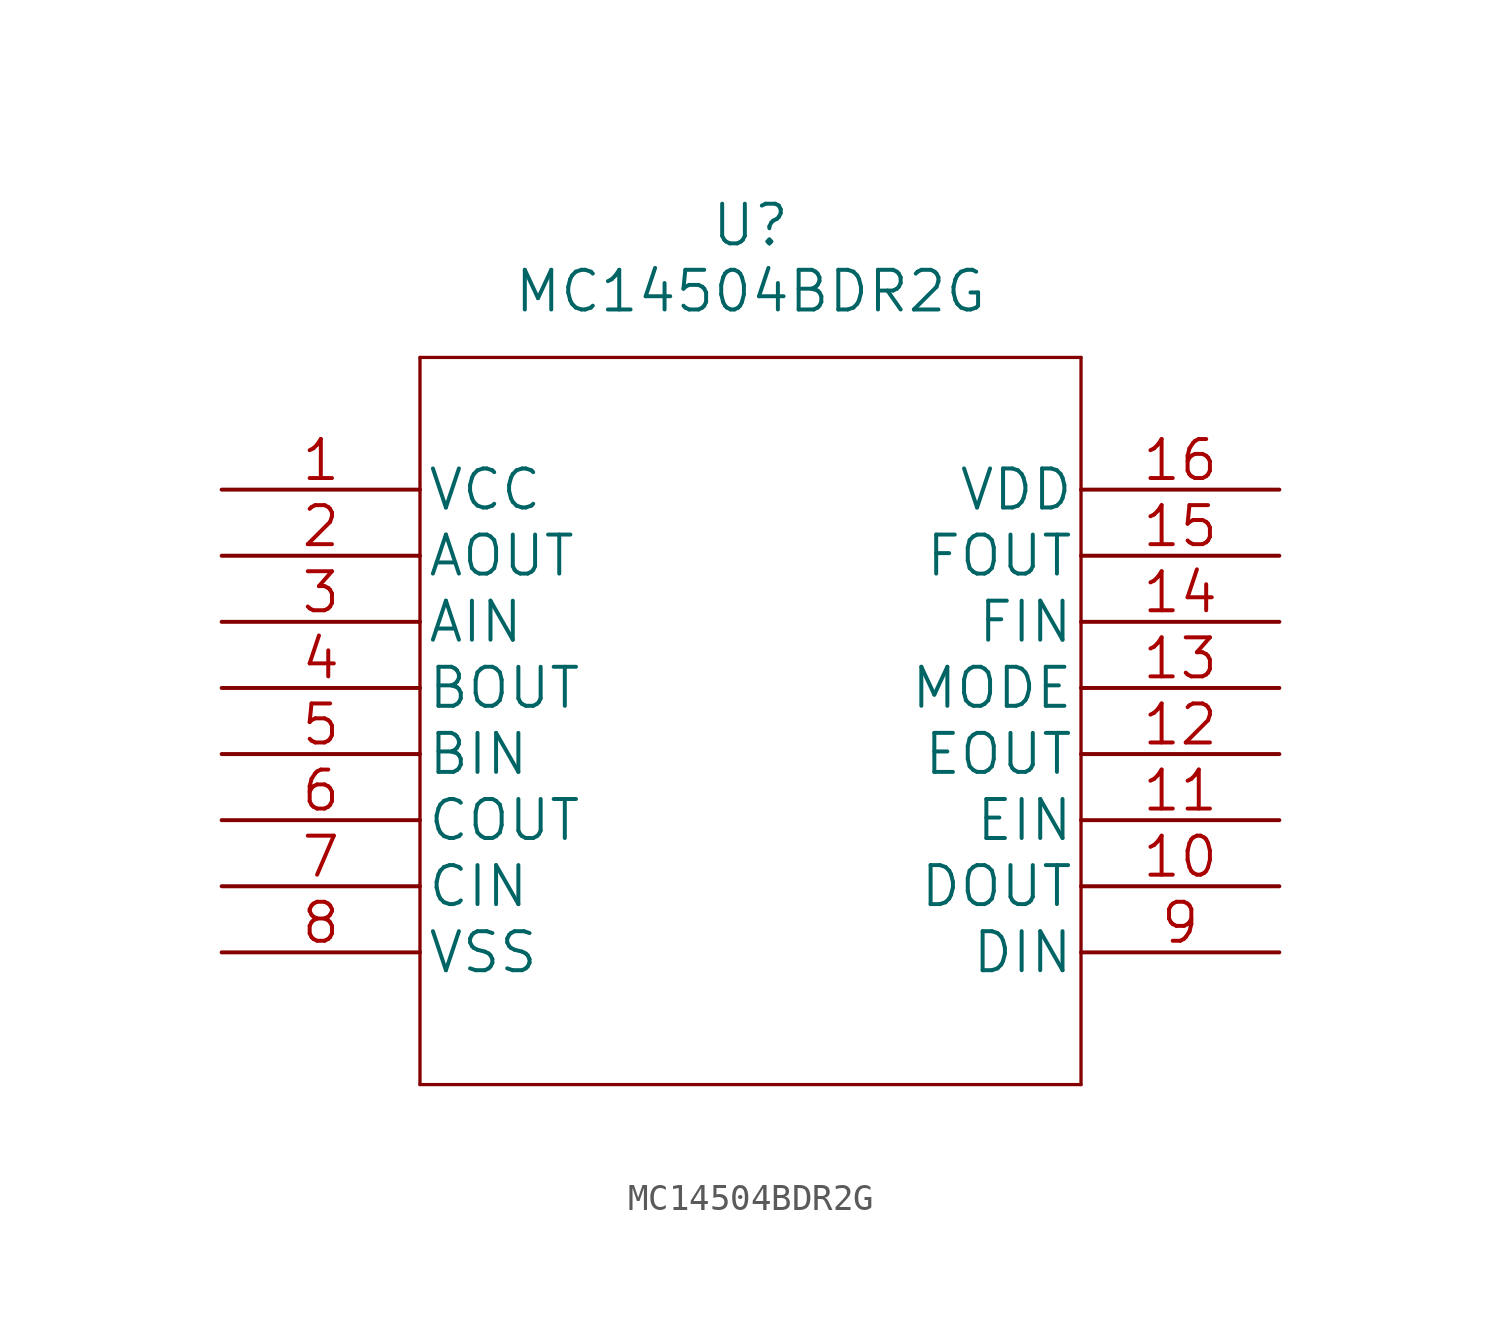
<source format=kicad_sym>
(kicad_symbol_lib
  (version 20211014)
  (generator kicad_symbol_editor)
  (symbol "MC14504BDR2G"
    (pin_names
      (offset 0.254))
    (property "Reference" "U"
      (at 20.32 10.16 0)
      (effects (font (size 1.524 1.524))))
    (property "Value" "MC14504BDR2G"
      (at 20.32 7.62 0)
      (effects (font (size 1.524 1.524))))
    (property "Datasheet" ""
      (at 0 0 0)
      (effects (font (size 1.524 1.524))))
    (property "ki_locked" ""
      (at 0 0 0)
      (effects (font (size 1.27 1.27))))
    (symbol "MC14504BDR2G_1_1"
      (polyline (pts (xy 7.62 -22.86) (xy 33.02 -22.86)) (stroke (width 0.127) (type default) (color 0 0 0 0)) (fill (type none)))
      (polyline (pts (xy 7.62 5.08) (xy 7.62 -22.86)) (stroke (width 0.127) (type default) (color 0 0 0 0)) (fill (type none)))
      (polyline (pts (xy 33.02 -22.86) (xy 33.02 5.08)) (stroke (width 0.127) (type default) (color 0 0 0 0)) (fill (type none)))
      (polyline (pts (xy 33.02 5.08) (xy 7.62 5.08)) (stroke (width 0.127) (type default) (color 0 0 0 0)) (fill (type none)))
      (pin power_in line (at 0 0 0) (length 7.62) (name "VCC" (effects (font (size 1.499 1.499)))) (number "1" (effects (font (size 1.499 1.499)))))
      (pin output line (at 40.64 -15.24 180) (length 7.62) (name "DOUT" (effects (font (size 1.499 1.499)))) (number "10" (effects (font (size 1.499 1.499)))))
      (pin input line (at 40.64 -12.7 180) (length 7.62) (name "EIN" (effects (font (size 1.499 1.499)))) (number "11" (effects (font (size 1.499 1.499)))))
      (pin output line (at 40.64 -10.16 180) (length 7.62) (name "EOUT" (effects (font (size 1.499 1.499)))) (number "12" (effects (font (size 1.499 1.499)))))
      (pin unspecified line (at 40.64 -7.62 180) (length 7.62) (name "MODE" (effects (font (size 1.499 1.499)))) (number "13" (effects (font (size 1.499 1.499)))))
      (pin input line (at 40.64 -5.08 180) (length 7.62) (name "FIN" (effects (font (size 1.499 1.499)))) (number "14" (effects (font (size 1.499 1.499)))))
      (pin output line (at 40.64 -2.54 180) (length 7.62) (name "FOUT" (effects (font (size 1.499 1.499)))) (number "15" (effects (font (size 1.499 1.499)))))
      (pin power_in line (at 40.64 0 180) (length 7.62) (name "VDD" (effects (font (size 1.499 1.499)))) (number "16" (effects (font (size 1.499 1.499)))))
      (pin output line (at 0 -2.54 0) (length 7.62) (name "AOUT" (effects (font (size 1.499 1.499)))) (number "2" (effects (font (size 1.499 1.499)))))
      (pin input line (at 0 -5.08 0) (length 7.62) (name "AIN" (effects (font (size 1.499 1.499)))) (number "3" (effects (font (size 1.499 1.499)))))
      (pin output line (at 0 -7.62 0) (length 7.62) (name "BOUT" (effects (font (size 1.499 1.499)))) (number "4" (effects (font (size 1.499 1.499)))))
      (pin input line (at 0 -10.16 0) (length 7.62) (name "BIN" (effects (font (size 1.499 1.499)))) (number "5" (effects (font (size 1.499 1.499)))))
      (pin output line (at 0 -12.7 0) (length 7.62) (name "COUT" (effects (font (size 1.499 1.499)))) (number "6" (effects (font (size 1.499 1.499)))))
      (pin input line (at 0 -15.24 0) (length 7.62) (name "CIN" (effects (font (size 1.499 1.499)))) (number "7" (effects (font (size 1.499 1.499)))))
      (pin power_in line (at 0 -17.78 0) (length 7.62) (name "VSS" (effects (font (size 1.499 1.499)))) (number "8" (effects (font (size 1.499 1.499)))))
      (pin input line (at 40.64 -17.78 180) (length 7.62) (name "DIN" (effects (font (size 1.499 1.499)))) (number "9" (effects (font (size 1.499 1.499))))))))
</source>
